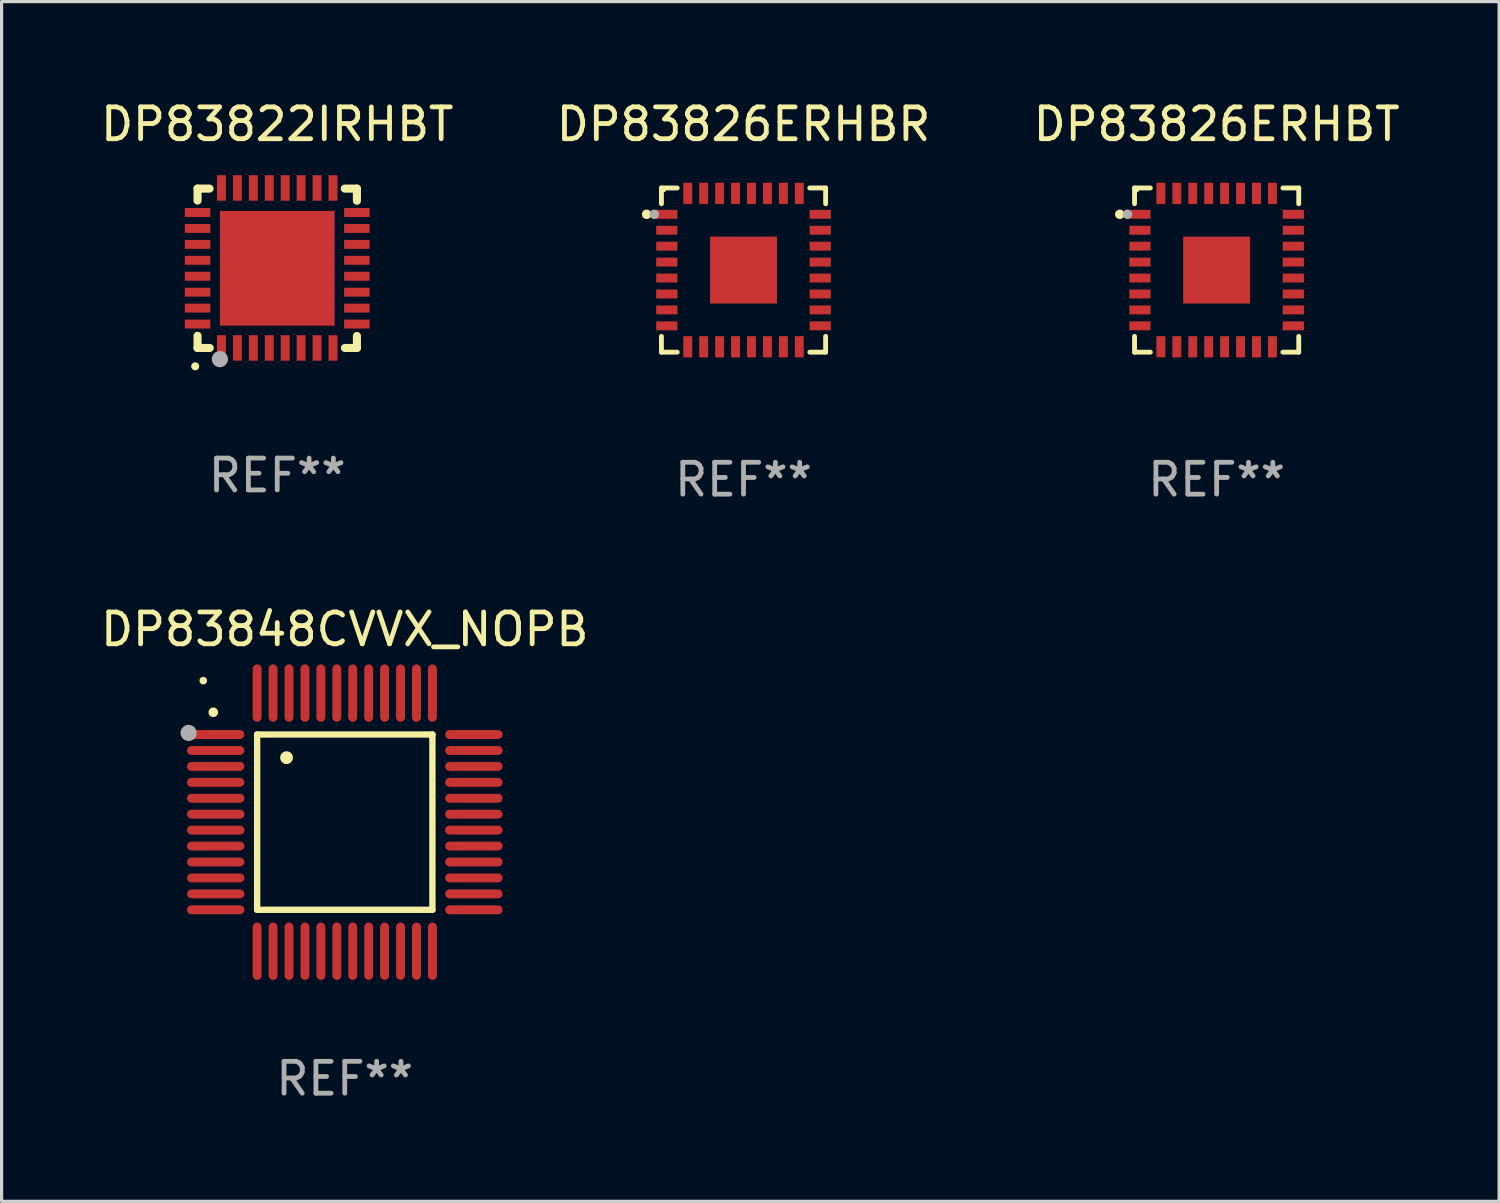
<source format=kicad_pcb>
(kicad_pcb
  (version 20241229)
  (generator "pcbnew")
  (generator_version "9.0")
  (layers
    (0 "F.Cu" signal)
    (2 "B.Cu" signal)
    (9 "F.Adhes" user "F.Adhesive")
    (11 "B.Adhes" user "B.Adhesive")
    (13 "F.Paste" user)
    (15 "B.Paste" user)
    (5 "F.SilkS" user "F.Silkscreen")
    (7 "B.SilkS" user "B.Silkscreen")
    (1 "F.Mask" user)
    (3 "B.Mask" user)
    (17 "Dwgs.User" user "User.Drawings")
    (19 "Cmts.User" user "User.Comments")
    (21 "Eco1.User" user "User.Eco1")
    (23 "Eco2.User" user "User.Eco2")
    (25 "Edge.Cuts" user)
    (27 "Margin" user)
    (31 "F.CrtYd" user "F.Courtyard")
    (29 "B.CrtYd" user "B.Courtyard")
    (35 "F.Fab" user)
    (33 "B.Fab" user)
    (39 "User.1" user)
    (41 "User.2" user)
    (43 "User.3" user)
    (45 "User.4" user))
  (footprint "DP83826ERHBT"
    (layer "F.Cu")
    (at 35.125 5.424)
    (property "Reference" "DP83826ERHBT" (at 0 -4.576 0) (layer "F.SilkS") (effects (font (size 1 1) (thickness 0.15))))
    (attr through_hole)
    (fp_line (start -2.576 -2.576) (end -2.576 -2.08) (stroke (width 0.152) (type solid)) (layer "F.SilkS"))
    (fp_line (start -2.576 2.576) (end -2.576 2.08) (stroke (width 0.152) (type solid)) (layer "F.SilkS"))
    (fp_line (start -2.08 -2.576) (end -2.576 -2.576) (stroke (width 0.152) (type solid)) (layer "F.SilkS"))
    (fp_line (start -2.08 2.576) (end -2.576 2.576) (stroke (width 0.152) (type solid)) (layer "F.SilkS"))
    (fp_line (start 2.08 -2.576) (end 2.576 -2.576) (stroke (width 0.152) (type solid)) (layer "F.SilkS"))
    (fp_line (start 2.08 2.576) (end 2.576 2.576) (stroke (width 0.152) (type solid)) (layer "F.SilkS"))
    (fp_line (start 2.576 -2.576) (end 2.576 -2.08) (stroke (width 0.152) (type solid)) (layer "F.SilkS"))
    (fp_line (start 2.576 2.576) (end 2.576 2.08) (stroke (width 0.152) (type solid)) (layer "F.SilkS"))
    (fp_circle (center -3.04 -1.75) (end -2.965 -1.75) (stroke (width 0.15) (type solid)) (fill no) (layer "F.SilkS"))
    (fp_circle (center -2.5 -2.5) (end -2.47 -2.5) (stroke (width 0.06) (type solid)) (fill no) (layer "F.SilkS"))
    (fp_circle (center -2.8 -1.75) (end -2.725 -1.75) (stroke (width 0.15) (type solid)) (fill no) (layer "F.Fab"))
    (fp_text user "REF**" (at 0 6.576 0) (layer "F.Fab") (effects (font (size 1 1) (thickness 0.15))))
    (pad "1" smd rect (at -2.407 -1.75) (size 0.665 0.28) (layers "F.Cu" "F.Mask" "F.Paste"))
    (pad "2" smd rect (at -2.407 -1.25) (size 0.665 0.28) (layers "F.Cu" "F.Mask" "F.Paste"))
    (pad "3" smd rect (at -2.407 -0.75) (size 0.665 0.28) (layers "F.Cu" "F.Mask" "F.Paste"))
    (pad "4" smd rect (at -2.407 -0.25) (size 0.665 0.28) (layers "F.Cu" "F.Mask" "F.Paste"))
    (pad "5" smd rect (at -2.407 0.25) (size 0.665 0.28) (layers "F.Cu" "F.Mask" "F.Paste"))
    (pad "6" smd rect (at -2.407 0.75) (size 0.665 0.28) (layers "F.Cu" "F.Mask" "F.Paste"))
    (pad "7" smd rect (at -2.407 1.25) (size 0.665 0.28) (layers "F.Cu" "F.Mask" "F.Paste"))
    (pad "8" smd rect (at -2.407 1.75) (size 0.665 0.28) (layers "F.Cu" "F.Mask" "F.Paste"))
    (pad "9" smd rect (at -1.75 2.407) (size 0.28 0.665) (layers "F.Cu" "F.Mask" "F.Paste"))
    (pad "10" smd rect (at -1.25 2.407) (size 0.28 0.665) (layers "F.Cu" "F.Mask" "F.Paste"))
    (pad "11" smd rect (at -0.75 2.407) (size 0.28 0.665) (layers "F.Cu" "F.Mask" "F.Paste"))
    (pad "12" smd rect (at -0.25 2.407) (size 0.28 0.665) (layers "F.Cu" "F.Mask" "F.Paste"))
    (pad "13" smd rect (at 0.25 2.407) (size 0.28 0.665) (layers "F.Cu" "F.Mask" "F.Paste"))
    (pad "14" smd rect (at 0.75 2.407) (size 0.28 0.665) (layers "F.Cu" "F.Mask" "F.Paste"))
    (pad "15" smd rect (at 1.25 2.407) (size 0.28 0.665) (layers "F.Cu" "F.Mask" "F.Paste"))
    (pad "16" smd rect (at 1.75 2.407) (size 0.28 0.665) (layers "F.Cu" "F.Mask" "F.Paste"))
    (pad "17" smd rect (at 2.407 1.75) (size 0.665 0.28) (layers "F.Cu" "F.Mask" "F.Paste"))
    (pad "18" smd rect (at 2.407 1.25) (size 0.665 0.28) (layers "F.Cu" "F.Mask" "F.Paste"))
    (pad "19" smd rect (at 2.407 0.75) (size 0.665 0.28) (layers "F.Cu" "F.Mask" "F.Paste"))
    (pad "20" smd rect (at 2.407 0.25) (size 0.665 0.28) (layers "F.Cu" "F.Mask" "F.Paste"))
    (pad "21" smd rect (at 2.407 -0.25) (size 0.665 0.28) (layers "F.Cu" "F.Mask" "F.Paste"))
    (pad "22" smd rect (at 2.407 -0.75) (size 0.665 0.28) (layers "F.Cu" "F.Mask" "F.Paste"))
    (pad "23" smd rect (at 2.407 -1.25) (size 0.665 0.28) (layers "F.Cu" "F.Mask" "F.Paste"))
    (pad "24" smd rect (at 2.407 -1.75) (size 0.665 0.28) (layers "F.Cu" "F.Mask" "F.Paste"))
    (pad "25" smd rect (at 1.75 -2.407) (size 0.28 0.665) (layers "F.Cu" "F.Mask" "F.Paste"))
    (pad "26" smd rect (at 1.25 -2.407) (size 0.28 0.665) (layers "F.Cu" "F.Mask" "F.Paste"))
    (pad "27" smd rect (at 0.75 -2.407) (size 0.28 0.665) (layers "F.Cu" "F.Mask" "F.Paste"))
    (pad "28" smd rect (at 0.25 -2.407) (size 0.28 0.665) (layers "F.Cu" "F.Mask" "F.Paste"))
    (pad "29" smd rect (at -0.25 -2.407) (size 0.28 0.665) (layers "F.Cu" "F.Mask" "F.Paste"))
    (pad "30" smd rect (at -0.75 -2.407) (size 0.28 0.665) (layers "F.Cu" "F.Mask" "F.Paste"))
    (pad "31" smd rect (at -1.25 -2.407) (size 0.28 0.665) (layers "F.Cu" "F.Mask" "F.Paste"))
    (pad "32" smd rect (at -1.75 -2.407) (size 0.28 0.665) (layers "F.Cu" "F.Mask" "F.Paste"))
    (pad "33" smd rect (at 0 0) (size 2.1 2.1) (layers "F.Cu" "F.Mask" "F.Paste")))
  (footprint "DP83822IRHBT"
    (layer "F.Cu")
    (at 5.649 5.358)
    (property "Reference" "DP83822IRHBT" (at 0 -4.51 0) (layer "F.SilkS") (effects (font (size 1 1) (thickness 0.15))))
    (attr through_hole)
    (fp_line (start -2.5 -2.49) (end -2.124 -2.49) (stroke (width 0.254) (type solid)) (layer "F.SilkS"))
    (fp_line (start -2.5 -2.114) (end -2.5 -2.49) (stroke (width 0.254) (type solid)) (layer "F.SilkS"))
    (fp_line (start -2.5 2.51) (end -2.5 2.129) (stroke (width 0.254) (type solid)) (layer "F.SilkS"))
    (fp_line (start -2.5 2.51) (end -2.119 2.51) (stroke (width 0.254) (type solid)) (layer "F.SilkS"))
    (fp_line (start 2.119 -2.49) (end 2.5 -2.49) (stroke (width 0.254) (type solid)) (layer "F.SilkS"))
    (fp_line (start 2.124 2.51) (end 2.5 2.51) (stroke (width 0.254) (type solid)) (layer "F.SilkS"))
    (fp_line (start 2.5 -2.49) (end 2.5 -2.109) (stroke (width 0.254) (type solid)) (layer "F.SilkS"))
    (fp_line (start 2.5 2.134) (end 2.5 2.51) (stroke (width 0.254) (type solid)) (layer "F.SilkS"))
    (fp_arc (start -2.57554 3.086005) (mid -2.57427 3.085999) (end -2.573 3.086005) (stroke (width 0.25) (type solid)) (layer "F.SilkS"))
    (fp_circle (center -2.5 2.5) (end -2.45 2.5) (stroke (width 0.1) (type solid)) (fill no) (layer "F.SilkS"))
    (fp_circle (center -1.8 2.86) (end -1.673 2.86) (stroke (width 0.254) (type solid)) (fill no) (layer "F.Fab"))
    (fp_text user "REF**" (at 0 6.51 0) (layer "F.Fab") (effects (font (size 1 1) (thickness 0.15))))
    (pad "1" smd rect (at -1.75 2.51) (size 0.28 0.8) (layers "F.Cu" "F.Mask" "F.Paste"))
    (pad "2" smd rect (at -1.25 2.51) (size 0.28 0.8) (layers "F.Cu" "F.Mask" "F.Paste"))
    (pad "3" smd rect (at -0.75 2.51) (size 0.28 0.8) (layers "F.Cu" "F.Mask" "F.Paste"))
    (pad "4" smd rect (at -0.25 2.51) (size 0.28 0.8) (layers "F.Cu" "F.Mask" "F.Paste"))
    (pad "5" smd rect (at 0.25 2.51) (size 0.28 0.8) (layers "F.Cu" "F.Mask" "F.Paste"))
    (pad "6" smd rect (at 0.75 2.51) (size 0.28 0.8) (layers "F.Cu" "F.Mask" "F.Paste"))
    (pad "7" smd rect (at 1.25 2.51) (size 0.28 0.8) (layers "F.Cu" "F.Mask" "F.Paste"))
    (pad "8" smd rect (at 1.75 2.51) (size 0.28 0.8) (layers "F.Cu" "F.Mask" "F.Paste"))
    (pad "9" smd rect (at 2.5 1.76) (size 0.8 0.28) (layers "F.Cu" "F.Mask" "F.Paste"))
    (pad "10" smd rect (at 2.5 1.26) (size 0.8 0.28) (layers "F.Cu" "F.Mask" "F.Paste"))
    (pad "11" smd rect (at 2.5 0.76) (size 0.8 0.28) (layers "F.Cu" "F.Mask" "F.Paste"))
    (pad "12" smd rect (at 2.5 0.26) (size 0.8 0.28) (layers "F.Cu" "F.Mask" "F.Paste"))
    (pad "13" smd rect (at 2.5 -0.24) (size 0.8 0.28) (layers "F.Cu" "F.Mask" "F.Paste"))
    (pad "14" smd rect (at 2.5 -0.74) (size 0.8 0.28) (layers "F.Cu" "F.Mask" "F.Paste"))
    (pad "15" smd rect (at 2.5 -1.24) (size 0.8 0.28) (layers "F.Cu" "F.Mask" "F.Paste"))
    (pad "16" smd rect (at 2.5 -1.74) (size 0.8 0.28) (layers "F.Cu" "F.Mask" "F.Paste"))
    (pad "17" smd rect (at 1.75 -2.51) (size 0.28 0.8) (layers "F.Cu" "F.Mask" "F.Paste"))
    (pad "18" smd rect (at 1.25 -2.51) (size 0.28 0.8) (layers "F.Cu" "F.Mask" "F.Paste"))
    (pad "19" smd rect (at 0.75 -2.51) (size 0.28 0.8) (layers "F.Cu" "F.Mask" "F.Paste"))
    (pad "20" smd rect (at 0.25 -2.51) (size 0.28 0.8) (layers "F.Cu" "F.Mask" "F.Paste"))
    (pad "21" smd rect (at -0.25 -2.51) (size 0.28 0.8) (layers "F.Cu" "F.Mask" "F.Paste"))
    (pad "22" smd rect (at -0.75 -2.51) (size 0.28 0.8) (layers "F.Cu" "F.Mask" "F.Paste"))
    (pad "23" smd rect (at -1.25 -2.51) (size 0.28 0.8) (layers "F.Cu" "F.Mask" "F.Paste"))
    (pad "24" smd rect (at -1.75 -2.51) (size 0.28 0.8) (layers "F.Cu" "F.Mask" "F.Paste"))
    (pad "25" smd rect (at -2.5 -1.74) (size 0.8 0.28) (layers "F.Cu" "F.Mask" "F.Paste"))
    (pad "26" smd rect (at -2.5 -1.24) (size 0.8 0.28) (layers "F.Cu" "F.Mask" "F.Paste"))
    (pad "27" smd rect (at -2.5 -0.74) (size 0.8 0.28) (layers "F.Cu" "F.Mask" "F.Paste"))
    (pad "28" smd rect (at -2.5 -0.24) (size 0.8 0.28) (layers "F.Cu" "F.Mask" "F.Paste"))
    (pad "29" smd rect (at -2.5 0.26) (size 0.8 0.28) (layers "F.Cu" "F.Mask" "F.Paste"))
    (pad "30" smd rect (at -2.5 0.76) (size 0.8 0.28) (layers "F.Cu" "F.Mask" "F.Paste"))
    (pad "31" smd rect (at -2.5 1.26) (size 0.8 0.28) (layers "F.Cu" "F.Mask" "F.Paste"))
    (pad "32" smd rect (at -2.5 1.76) (size 0.8 0.28) (layers "F.Cu" "F.Mask" "F.Paste"))
    (pad "33" smd rect (at 0.000102 0.01) (size 3.6 3.6) (layers "F.Cu" "F.Mask" "F.Paste")))
  (footprint "DP83848CVVX_NOPB"
    (layer "F.Cu")
    (at 7.768 22.747)
    (property "Reference" "DP83848CVVX_NOPB" (at 0 -6.05 0) (layer "F.SilkS") (effects (font (size 1 1) (thickness 0.15))))
    (attr through_hole)
    (fp_line (start -2.75 -2.75) (end 2.75 -2.75) (stroke (width 0.2) (type solid)) (layer "F.SilkS"))
    (fp_line (start -2.75 2.75) (end -2.75 -2.75) (stroke (width 0.2) (type solid)) (layer "F.SilkS"))
    (fp_line (start 2.75 -2.75) (end 2.75 2.75) (stroke (width 0.2) (type solid)) (layer "F.SilkS"))
    (fp_line (start 2.75 2.75) (end -2.75 2.75) (stroke (width 0.2) (type solid)) (layer "F.SilkS"))
    (fp_arc (start -4.124968 -3.446787) (mid -4.124973 -3.448057) (end -4.124968 -3.449327) (stroke (width 0.3) (type solid)) (layer "F.SilkS"))
    (fp_arc (start -1.826264 -2.021844) (mid -1.826268 -2.023114) (end -1.826264 -2.024384) (stroke (width 0.4) (type solid)) (layer "F.SilkS"))
    (fp_circle (center -4.44 -4.44) (end -4.38 -4.44) (stroke (width 0.12) (type solid)) (fill no) (layer "F.SilkS"))
    (fp_circle (center -4.9 -2.8) (end -4.773 -2.8) (stroke (width 0.254) (type solid)) (fill no) (layer "F.Fab"))
    (fp_text user "REF**" (at 0 8.05 0) (layer "F.Fab") (effects (font (size 1 1) (thickness 0.15))))
    (pad "1" smd oval (at -4.05 -2.75 90) (size 0.28 1.8) (layers "F.Cu" "F.Mask" "F.Paste"))
    (pad "2" smd oval (at -4.05 -2.25 90) (size 0.28 1.8) (layers "F.Cu" "F.Mask" "F.Paste"))
    (pad "3" smd oval (at -4.05 -1.75 90) (size 0.28 1.8) (layers "F.Cu" "F.Mask" "F.Paste"))
    (pad "4" smd oval (at -4.05 -1.25 90) (size 0.28 1.8) (layers "F.Cu" "F.Mask" "F.Paste"))
    (pad "5" smd oval (at -4.05 -0.75 90) (size 0.28 1.8) (layers "F.Cu" "F.Mask" "F.Paste"))
    (pad "6" smd oval (at -4.05 -0.25 90) (size 0.28 1.8) (layers "F.Cu" "F.Mask" "F.Paste"))
    (pad "7" smd oval (at -4.05 0.25 90) (size 0.28 1.8) (layers "F.Cu" "F.Mask" "F.Paste"))
    (pad "8" smd oval (at -4.05 0.75 90) (size 0.28 1.8) (layers "F.Cu" "F.Mask" "F.Paste"))
    (pad "9" smd oval (at -4.05 1.25 90) (size 0.28 1.8) (layers "F.Cu" "F.Mask" "F.Paste"))
    (pad "10" smd oval (at -4.05 1.75 90) (size 0.28 1.8) (layers "F.Cu" "F.Mask" "F.Paste"))
    (pad "11" smd oval (at -4.05 2.25 90) (size 0.28 1.8) (layers "F.Cu" "F.Mask" "F.Paste"))
    (pad "12" smd oval (at -4.05 2.75 90) (size 0.28 1.8) (layers "F.Cu" "F.Mask" "F.Paste"))
    (pad "13" smd oval (at -2.75 4.05) (size 0.28 1.8) (layers "F.Cu" "F.Mask" "F.Paste"))
    (pad "14" smd oval (at -2.25 4.05) (size 0.28 1.8) (layers "F.Cu" "F.Mask" "F.Paste"))
    (pad "15" smd oval (at -1.75 4.05) (size 0.28 1.8) (layers "F.Cu" "F.Mask" "F.Paste"))
    (pad "16" smd oval (at -1.25 4.05) (size 0.28 1.8) (layers "F.Cu" "F.Mask" "F.Paste"))
    (pad "17" smd oval (at -0.75 4.05) (size 0.28 1.8) (layers "F.Cu" "F.Mask" "F.Paste"))
    (pad "18" smd oval (at -0.25 4.05) (size 0.28 1.8) (layers "F.Cu" "F.Mask" "F.Paste"))
    (pad "19" smd oval (at 0.25 4.05) (size 0.28 1.8) (layers "F.Cu" "F.Mask" "F.Paste"))
    (pad "20" smd oval (at 0.75 4.05) (size 0.28 1.8) (layers "F.Cu" "F.Mask" "F.Paste"))
    (pad "21" smd oval (at 1.25 4.05) (size 0.28 1.8) (layers "F.Cu" "F.Mask" "F.Paste"))
    (pad "22" smd oval (at 1.75 4.05) (size 0.28 1.8) (layers "F.Cu" "F.Mask" "F.Paste"))
    (pad "23" smd oval (at 2.25 4.05) (size 0.28 1.8) (layers "F.Cu" "F.Mask" "F.Paste"))
    (pad "24" smd oval (at 2.75 4.05) (size 0.28 1.8) (layers "F.Cu" "F.Mask" "F.Paste"))
    (pad "25" smd oval (at 4.05 2.75 90) (size 0.28 1.8) (layers "F.Cu" "F.Mask" "F.Paste"))
    (pad "26" smd oval (at 4.05 2.25 90) (size 0.28 1.8) (layers "F.Cu" "F.Mask" "F.Paste"))
    (pad "27" smd oval (at 4.05 1.75 90) (size 0.28 1.8) (layers "F.Cu" "F.Mask" "F.Paste"))
    (pad "28" smd oval (at 4.05 1.25 90) (size 0.28 1.8) (layers "F.Cu" "F.Mask" "F.Paste"))
    (pad "29" smd oval (at 4.05 0.75 90) (size 0.28 1.8) (layers "F.Cu" "F.Mask" "F.Paste"))
    (pad "30" smd oval (at 4.05 0.25 90) (size 0.28 1.8) (layers "F.Cu" "F.Mask" "F.Paste"))
    (pad "31" smd oval (at 4.05 -0.25 90) (size 0.28 1.8) (layers "F.Cu" "F.Mask" "F.Paste"))
    (pad "32" smd oval (at 4.05 -0.75 90) (size 0.28 1.8) (layers "F.Cu" "F.Mask" "F.Paste"))
    (pad "33" smd oval (at 4.05 -1.25 90) (size 0.28 1.8) (layers "F.Cu" "F.Mask" "F.Paste"))
    (pad "34" smd oval (at 4.05 -1.75 90) (size 0.28 1.8) (layers "F.Cu" "F.Mask" "F.Paste"))
    (pad "35" smd oval (at 4.05 -2.25 90) (size 0.28 1.8) (layers "F.Cu" "F.Mask" "F.Paste"))
    (pad "36" smd oval (at 4.05 -2.75 90) (size 0.28 1.8) (layers "F.Cu" "F.Mask" "F.Paste"))
    (pad "37" smd oval (at 2.75 -4.05) (size 0.28 1.8) (layers "F.Cu" "F.Mask" "F.Paste"))
    (pad "38" smd oval (at 2.25 -4.05) (size 0.28 1.8) (layers "F.Cu" "F.Mask" "F.Paste"))
    (pad "39" smd oval (at 1.75 -4.05) (size 0.28 1.8) (layers "F.Cu" "F.Mask" "F.Paste"))
    (pad "40" smd oval (at 1.25 -4.05) (size 0.28 1.8) (layers "F.Cu" "F.Mask" "F.Paste"))
    (pad "41" smd oval (at 0.75 -4.05) (size 0.28 1.8) (layers "F.Cu" "F.Mask" "F.Paste"))
    (pad "42" smd oval (at 0.25 -4.05) (size 0.28 1.8) (layers "F.Cu" "F.Mask" "F.Paste"))
    (pad "43" smd oval (at -0.25 -4.05) (size 0.28 1.8) (layers "F.Cu" "F.Mask" "F.Paste"))
    (pad "44" smd oval (at -0.75 -4.05) (size 0.28 1.8) (layers "F.Cu" "F.Mask" "F.Paste"))
    (pad "45" smd oval (at -1.25 -4.05) (size 0.28 1.8) (layers "F.Cu" "F.Mask" "F.Paste"))
    (pad "46" smd oval (at -1.75 -4.05) (size 0.28 1.8) (layers "F.Cu" "F.Mask" "F.Paste"))
    (pad "47" smd oval (at -2.25 -4.05) (size 0.28 1.8) (layers "F.Cu" "F.Mask" "F.Paste"))
    (pad "48" smd oval (at -2.75 -4.05) (size 0.28 1.8) (layers "F.Cu" "F.Mask" "F.Paste")))
  (footprint "DP83826ERHBR"
    (layer "F.Cu")
    (at 20.28 5.424)
    (property "Reference" "DP83826ERHBR" (at 0 -4.576 0) (layer "F.SilkS") (effects (font (size 1 1) (thickness 0.15))))
    (attr through_hole)
    (fp_line (start -2.576 -2.576) (end -2.576 -2.08) (stroke (width 0.152) (type solid)) (layer "F.SilkS"))
    (fp_line (start -2.576 2.576) (end -2.576 2.08) (stroke (width 0.152) (type solid)) (layer "F.SilkS"))
    (fp_line (start -2.08 -2.576) (end -2.576 -2.576) (stroke (width 0.152) (type solid)) (layer "F.SilkS"))
    (fp_line (start -2.08 2.576) (end -2.576 2.576) (stroke (width 0.152) (type solid)) (layer "F.SilkS"))
    (fp_line (start 2.08 -2.576) (end 2.576 -2.576) (stroke (width 0.152) (type solid)) (layer "F.SilkS"))
    (fp_line (start 2.08 2.576) (end 2.576 2.576) (stroke (width 0.152) (type solid)) (layer "F.SilkS"))
    (fp_line (start 2.576 -2.576) (end 2.576 -2.08) (stroke (width 0.152) (type solid)) (layer "F.SilkS"))
    (fp_line (start 2.576 2.576) (end 2.576 2.08) (stroke (width 0.152) (type solid)) (layer "F.SilkS"))
    (fp_circle (center -3.04 -1.75) (end -2.965 -1.75) (stroke (width 0.15) (type solid)) (fill no) (layer "F.SilkS"))
    (fp_circle (center -2.5 -2.5) (end -2.47 -2.5) (stroke (width 0.06) (type solid)) (fill no) (layer "F.SilkS"))
    (fp_circle (center -2.8 -1.75) (end -2.725 -1.75) (stroke (width 0.15) (type solid)) (fill no) (layer "F.Fab"))
    (fp_text user "REF**" (at 0 6.576 0) (layer "F.Fab") (effects (font (size 1 1) (thickness 0.15))))
    (pad "1" smd rect (at -2.407 -1.75) (size 0.665 0.28) (layers "F.Cu" "F.Mask" "F.Paste"))
    (pad "2" smd rect (at -2.407 -1.25) (size 0.665 0.28) (layers "F.Cu" "F.Mask" "F.Paste"))
    (pad "3" smd rect (at -2.407 -0.75) (size 0.665 0.28) (layers "F.Cu" "F.Mask" "F.Paste"))
    (pad "4" smd rect (at -2.407 -0.25) (size 0.665 0.28) (layers "F.Cu" "F.Mask" "F.Paste"))
    (pad "5" smd rect (at -2.407 0.25) (size 0.665 0.28) (layers "F.Cu" "F.Mask" "F.Paste"))
    (pad "6" smd rect (at -2.407 0.75) (size 0.665 0.28) (layers "F.Cu" "F.Mask" "F.Paste"))
    (pad "7" smd rect (at -2.407 1.25) (size 0.665 0.28) (layers "F.Cu" "F.Mask" "F.Paste"))
    (pad "8" smd rect (at -2.407 1.75) (size 0.665 0.28) (layers "F.Cu" "F.Mask" "F.Paste"))
    (pad "9" smd rect (at -1.75 2.407) (size 0.28 0.665) (layers "F.Cu" "F.Mask" "F.Paste"))
    (pad "10" smd rect (at -1.25 2.407) (size 0.28 0.665) (layers "F.Cu" "F.Mask" "F.Paste"))
    (pad "11" smd rect (at -0.75 2.407) (size 0.28 0.665) (layers "F.Cu" "F.Mask" "F.Paste"))
    (pad "12" smd rect (at -0.25 2.407) (size 0.28 0.665) (layers "F.Cu" "F.Mask" "F.Paste"))
    (pad "13" smd rect (at 0.25 2.407) (size 0.28 0.665) (layers "F.Cu" "F.Mask" "F.Paste"))
    (pad "14" smd rect (at 0.75 2.407) (size 0.28 0.665) (layers "F.Cu" "F.Mask" "F.Paste"))
    (pad "15" smd rect (at 1.25 2.407) (size 0.28 0.665) (layers "F.Cu" "F.Mask" "F.Paste"))
    (pad "16" smd rect (at 1.75 2.407) (size 0.28 0.665) (layers "F.Cu" "F.Mask" "F.Paste"))
    (pad "17" smd rect (at 2.407 1.75) (size 0.665 0.28) (layers "F.Cu" "F.Mask" "F.Paste"))
    (pad "18" smd rect (at 2.407 1.25) (size 0.665 0.28) (layers "F.Cu" "F.Mask" "F.Paste"))
    (pad "19" smd rect (at 2.407 0.75) (size 0.665 0.28) (layers "F.Cu" "F.Mask" "F.Paste"))
    (pad "20" smd rect (at 2.407 0.25) (size 0.665 0.28) (layers "F.Cu" "F.Mask" "F.Paste"))
    (pad "21" smd rect (at 2.407 -0.25) (size 0.665 0.28) (layers "F.Cu" "F.Mask" "F.Paste"))
    (pad "22" smd rect (at 2.407 -0.75) (size 0.665 0.28) (layers "F.Cu" "F.Mask" "F.Paste"))
    (pad "23" smd rect (at 2.407 -1.25) (size 0.665 0.28) (layers "F.Cu" "F.Mask" "F.Paste"))
    (pad "24" smd rect (at 2.407 -1.75) (size 0.665 0.28) (layers "F.Cu" "F.Mask" "F.Paste"))
    (pad "25" smd rect (at 1.75 -2.407) (size 0.28 0.665) (layers "F.Cu" "F.Mask" "F.Paste"))
    (pad "26" smd rect (at 1.25 -2.407) (size 0.28 0.665) (layers "F.Cu" "F.Mask" "F.Paste"))
    (pad "27" smd rect (at 0.75 -2.407) (size 0.28 0.665) (layers "F.Cu" "F.Mask" "F.Paste"))
    (pad "28" smd rect (at 0.25 -2.407) (size 0.28 0.665) (layers "F.Cu" "F.Mask" "F.Paste"))
    (pad "29" smd rect (at -0.25 -2.407) (size 0.28 0.665) (layers "F.Cu" "F.Mask" "F.Paste"))
    (pad "30" smd rect (at -0.75 -2.407) (size 0.28 0.665) (layers "F.Cu" "F.Mask" "F.Paste"))
    (pad "31" smd rect (at -1.25 -2.407) (size 0.28 0.665) (layers "F.Cu" "F.Mask" "F.Paste"))
    (pad "32" smd rect (at -1.75 -2.407) (size 0.28 0.665) (layers "F.Cu" "F.Mask" "F.Paste"))
    (pad "33" smd rect (at 0 0) (size 2.1 2.1) (layers "F.Cu" "F.Mask" "F.Paste")))
  (gr_rect
    (start -3 -3)
    (end 43.988 34.645)
    (stroke (width 0.1) (type default))
    (fill no)
    (layer "Edge.Cuts")))
</source>
